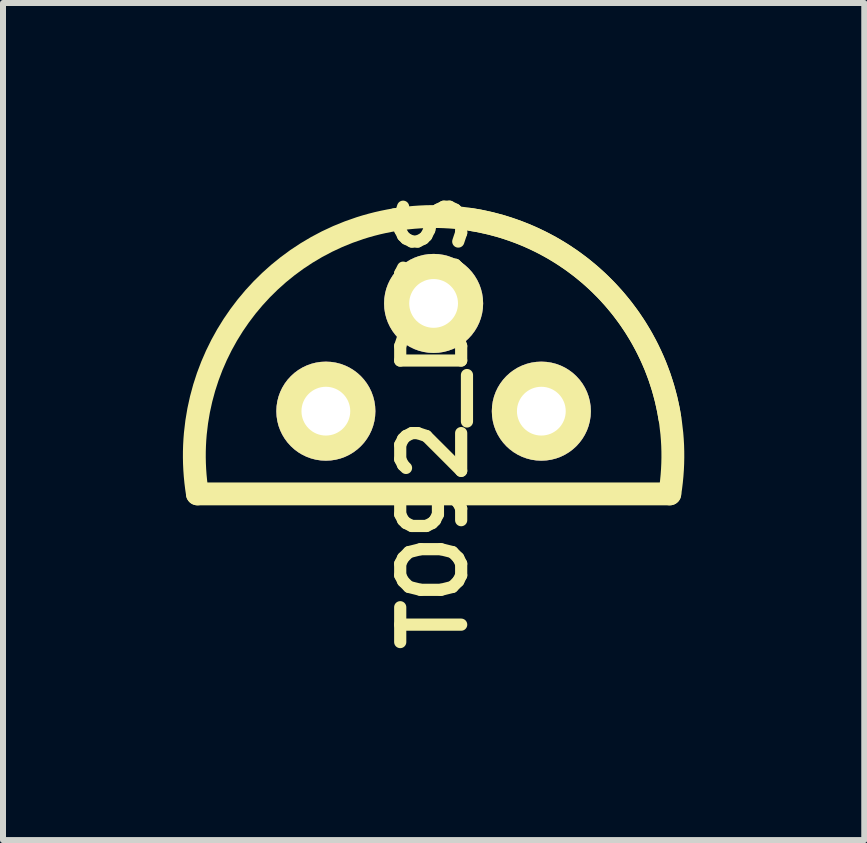
<source format=kicad_pcb>
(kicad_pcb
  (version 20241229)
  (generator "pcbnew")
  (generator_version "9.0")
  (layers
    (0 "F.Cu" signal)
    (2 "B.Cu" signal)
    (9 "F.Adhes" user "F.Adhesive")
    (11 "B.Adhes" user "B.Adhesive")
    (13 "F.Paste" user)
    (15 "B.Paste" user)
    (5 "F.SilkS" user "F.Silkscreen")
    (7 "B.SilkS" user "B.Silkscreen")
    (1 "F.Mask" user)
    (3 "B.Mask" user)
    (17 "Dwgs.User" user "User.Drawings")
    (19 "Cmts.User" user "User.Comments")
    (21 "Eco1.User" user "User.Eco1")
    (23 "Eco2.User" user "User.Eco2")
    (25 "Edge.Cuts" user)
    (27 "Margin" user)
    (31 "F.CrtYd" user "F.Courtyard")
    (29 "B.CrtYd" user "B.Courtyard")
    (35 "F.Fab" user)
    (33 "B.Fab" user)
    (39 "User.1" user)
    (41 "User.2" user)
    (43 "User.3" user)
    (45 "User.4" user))
  (footprint "TO92_DGS"
    (layer "F.Cu")
    (at 4.178 2.008)
    (property "Reference" "TO92_DGS" (at 0 1.968 90) (layer "F.SilkS") (effects (font (size 1.016 1.016) (thickness 0.203))))
    (attr through_hole)
    (fp_line (start -3.937 3.175) (end 3.937 3.175) (stroke (width 0.381) (type solid)) (layer "F.SilkS"))
    (fp_arc (start -3.937 3.175) (mid -3.232892 0.205133) (end -0.635 -1.397) (stroke (width 0.381) (type solid)) (layer "F.SilkS"))
    (fp_arc (start -0.635 -1.397) (mid 2.334867 -0.692892) (end 3.937 1.905) (stroke (width 0.381) (type solid)) (layer "F.SilkS"))
    (fp_arc (start 0.635 -1.397) (mid 3.232892 0.205133) (end 3.937 3.175) (stroke (width 0.381) (type solid)) (layer "F.SilkS"))
    (pad "D" thru_hole circle (at -1.796 1.796) (size 1.651 1.651) (drill 0.813) (layers "*.Cu" "*.Mask" "F.SilkS"))
    (pad "G" thru_hole circle (at 0 0) (size 1.651 1.651) (drill 0.813) (layers "*.Cu" "*.Mask" "F.SilkS"))
    (pad "S" thru_hole circle (at 1.796 1.796) (size 1.651 1.651) (drill 0.813) (layers "*.Cu" "*.Mask" "F.SilkS")))
  (gr_rect
    (start -3 -3)
    (end 11.357 10.954)
    (stroke (width 0.1) (type default))
    (fill no)
    (layer "Edge.Cuts")))
</source>
